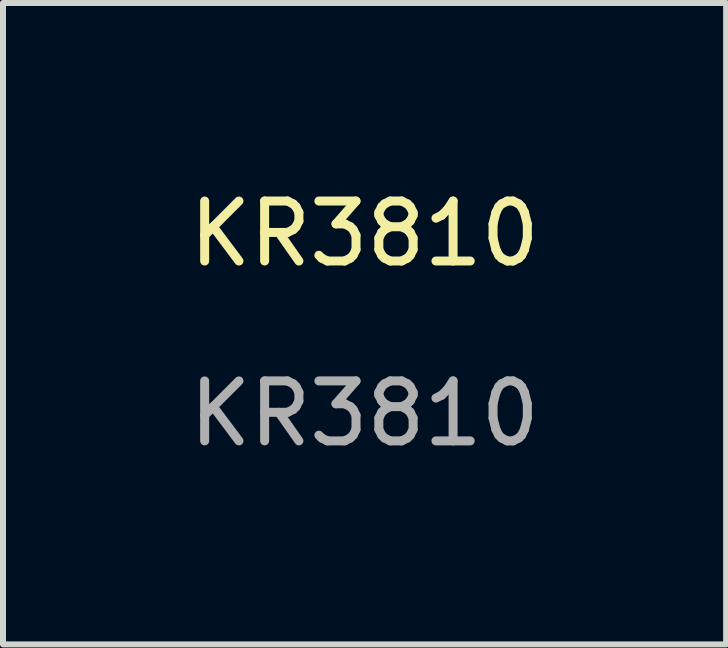
<source format=kicad_pcb>
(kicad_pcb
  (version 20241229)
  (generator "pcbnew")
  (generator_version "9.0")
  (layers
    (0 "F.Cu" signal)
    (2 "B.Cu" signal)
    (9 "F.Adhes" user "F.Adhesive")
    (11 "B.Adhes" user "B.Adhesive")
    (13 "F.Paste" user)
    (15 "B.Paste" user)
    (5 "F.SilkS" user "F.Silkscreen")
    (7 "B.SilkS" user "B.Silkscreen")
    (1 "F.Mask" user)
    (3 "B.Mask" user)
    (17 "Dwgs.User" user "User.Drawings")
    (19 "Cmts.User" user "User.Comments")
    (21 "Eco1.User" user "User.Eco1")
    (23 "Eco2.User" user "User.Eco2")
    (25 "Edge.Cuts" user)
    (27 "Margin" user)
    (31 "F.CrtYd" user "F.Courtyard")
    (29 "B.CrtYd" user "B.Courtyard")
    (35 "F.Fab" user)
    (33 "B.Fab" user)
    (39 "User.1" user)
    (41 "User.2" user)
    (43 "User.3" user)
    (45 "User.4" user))
  (footprint "KR3810"
    (layer "F.Cu")
    (at 3.03 1.348)
    (property "Reference" "KR3810" (at 0 -0.5 0) (unlocked yes) (layer "F.SilkS") (effects (font (size 1 1) (thickness 0.15))))
    (attr smd)
    (fp_text user "${REFERENCE}" (at 0 2.5 0) (unlocked yes) (layer "F.Fab") (effects (font (size 1 1) (thickness 0.15)))))
  (gr_rect
    (start -3 -3)
    (end 9.06 7.697)
    (stroke (width 0.1) (type default))
    (fill no)
    (layer "Edge.Cuts")))
</source>
